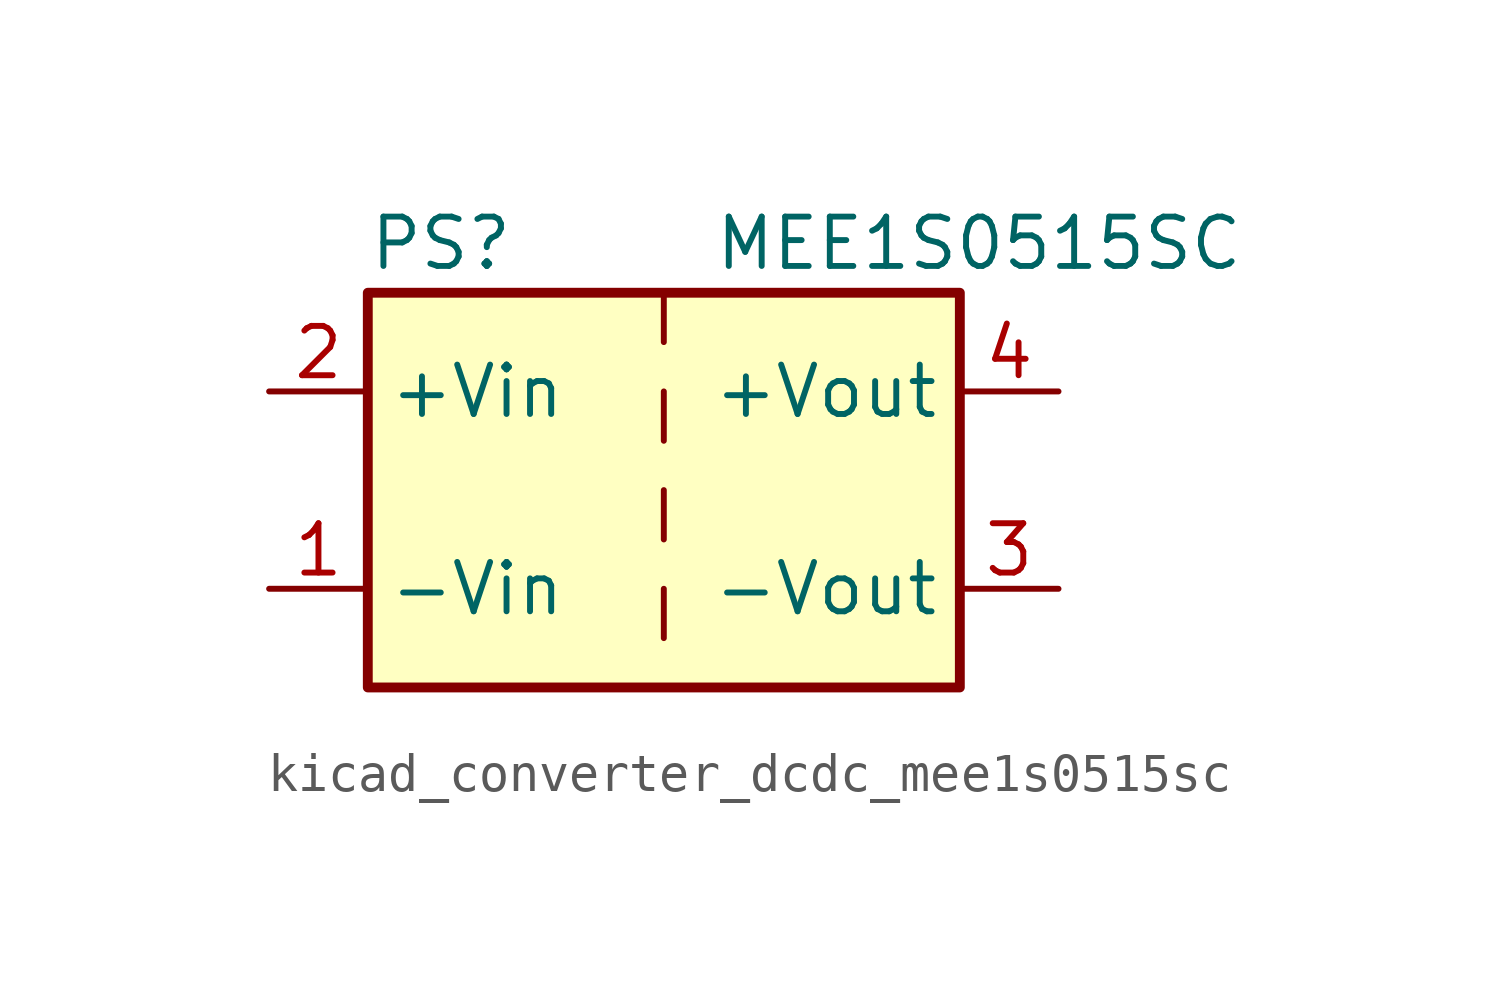
<source format=kicad_sym>
(kicad_symbol_lib
  (version 20220914)
  (generator kicad_symbol_editor)
  (symbol "kicad_converter_dcdc_mee1s0515sc"
    (property "Reference" "PS"
      (at -7.62 6.35 0)
      (effects (font (size 1.27 1.27)) (justify left)))
    (property "Value" "MEE1S0515SC"
      (at 1.27 6.35 0)
      (effects (font (size 1.27 1.27)) (justify left)))
    (symbol "kicad_converter_dcdc_mee1s0515sc_0_0"
      (pin power_in line (at -10.16 -2.54 0) (length 2.54) (name "-Vin" (effects (font (size 1.27 1.27)))) (number "1" (effects (font (size 1.27 1.27)))))
      (pin power_in line (at -10.16 2.54 0) (length 2.54) (name "+Vin" (effects (font (size 1.27 1.27)))) (number "2" (effects (font (size 1.27 1.27)))))
      (pin power_out line (at 10.16 -2.54 180) (length 2.54) (name "-Vout" (effects (font (size 1.27 1.27)))) (number "3" (effects (font (size 1.27 1.27)))))
      (pin power_out line (at 10.16 2.54 180) (length 2.54) (name "+Vout" (effects (font (size 1.27 1.27)))) (number "4" (effects (font (size 1.27 1.27))))))
    (symbol "kicad_converter_dcdc_mee1s0515sc_0_1"
      (rectangle (start -7.62 5.08) (end 7.62 -5.08) (stroke (width 0.254) (type default)) (fill (type background)))
      (polyline (pts (xy 0 -2.54) (xy 0 -3.81)) (stroke (width 0) (type default)) (fill (type none)))
      (polyline (pts (xy 0 0) (xy 0 -1.27)) (stroke (width 0) (type default)) (fill (type none)))
      (polyline (pts (xy 0 2.54) (xy 0 1.27)) (stroke (width 0) (type default)) (fill (type none)))
      (polyline (pts (xy 0 5.08) (xy 0 3.81)) (stroke (width 0) (type default)) (fill (type none))))))
</source>
